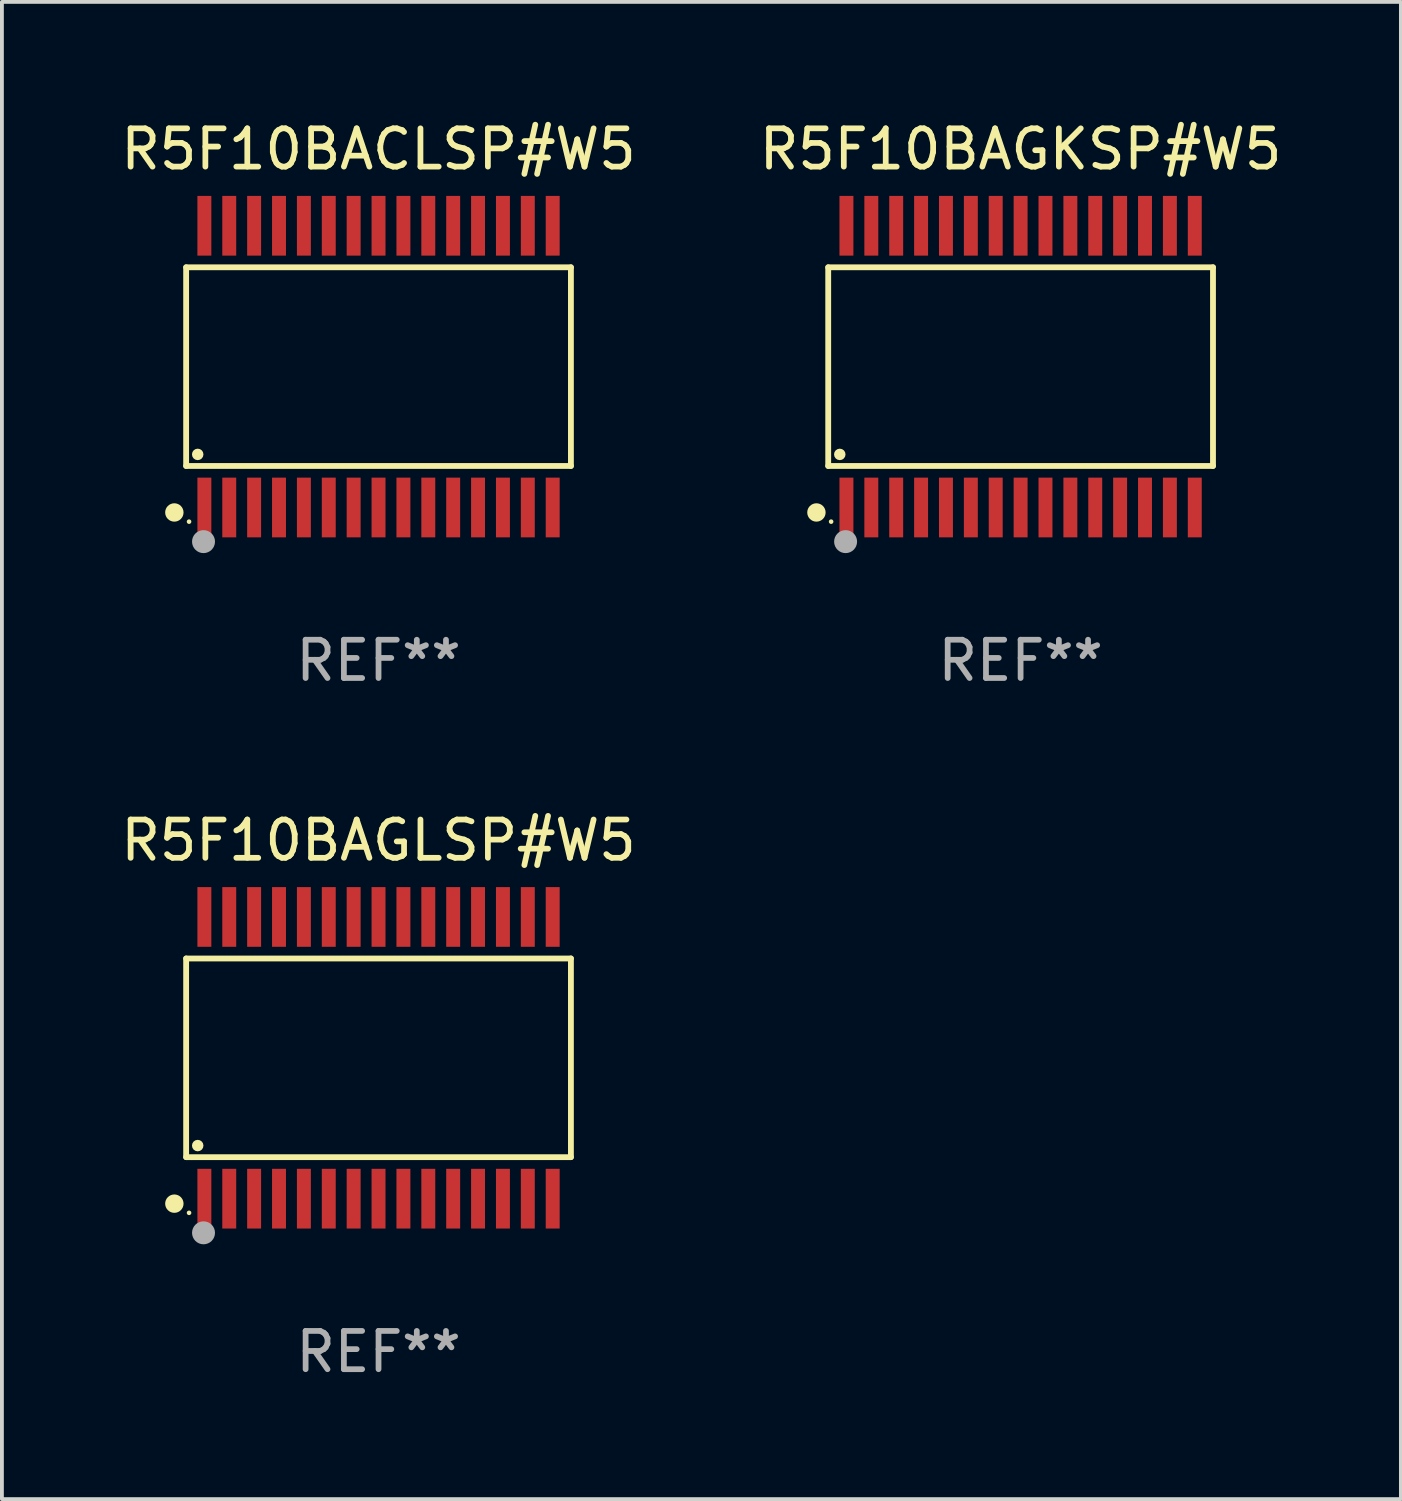
<source format=kicad_pcb>
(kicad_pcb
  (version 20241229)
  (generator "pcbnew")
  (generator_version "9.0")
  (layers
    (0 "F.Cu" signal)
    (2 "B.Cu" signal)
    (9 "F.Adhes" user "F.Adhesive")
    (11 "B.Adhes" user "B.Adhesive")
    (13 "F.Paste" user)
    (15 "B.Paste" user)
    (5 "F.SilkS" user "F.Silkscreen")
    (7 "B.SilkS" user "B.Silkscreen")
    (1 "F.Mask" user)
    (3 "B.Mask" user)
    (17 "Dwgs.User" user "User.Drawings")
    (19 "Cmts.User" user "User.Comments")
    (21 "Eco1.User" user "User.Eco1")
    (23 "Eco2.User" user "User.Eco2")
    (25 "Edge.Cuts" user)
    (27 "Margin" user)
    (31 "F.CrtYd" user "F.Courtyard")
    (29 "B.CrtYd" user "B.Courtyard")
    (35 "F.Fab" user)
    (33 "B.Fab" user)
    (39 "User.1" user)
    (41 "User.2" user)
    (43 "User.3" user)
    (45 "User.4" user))
  (footprint "R5F10BAGKSP#W5"
    (layer "F.Cu")
    (at 23.613 6.528)
    (property "Reference" "R5F10BAGKSP#W5" (at 0 -5.68 0) (layer "F.SilkS") (effects (font (size 1 1) (thickness 0.15))))
    (attr through_hole)
    (fp_line (start -5.026 -2.595) (end 5.026 -2.595) (stroke (width 0.152) (type solid)) (layer "F.SilkS"))
    (fp_line (start -5.026 2.595) (end -5.026 -2.595) (stroke (width 0.152) (type solid)) (layer "F.SilkS"))
    (fp_line (start 5.026 -2.595) (end 5.026 2.595) (stroke (width 0.152) (type solid)) (layer "F.SilkS"))
    (fp_line (start 5.026 2.595) (end -5.026 2.595) (stroke (width 0.152) (type solid)) (layer "F.SilkS"))
    (fp_circle (center -5.334 3.81) (end -5.214 3.81) (stroke (width 0.24) (type solid)) (fill no) (layer "F.SilkS"))
    (fp_circle (center -4.95 4.05) (end -4.92 4.05) (stroke (width 0.06) (type solid)) (fill no) (layer "F.SilkS"))
    (fp_circle (center -4.724 2.293) (end -4.649 2.293) (stroke (width 0.15) (type solid)) (fill no) (layer "F.SilkS"))
    (fp_circle (center -4.572 4.572) (end -4.422 4.572) (stroke (width 0.3) (type solid)) (fill no) (layer "F.Fab"))
    (fp_text user "REF**" (at 0 7.68 0) (layer "F.Fab") (effects (font (size 1 1) (thickness 0.15))))
    (pad "1" smd rect (at -4.55 3.68) (size 0.364 1.56) (layers "F.Cu" "F.Mask" "F.Paste"))
    (pad "2" smd rect (at -3.9 3.68) (size 0.364 1.56) (layers "F.Cu" "F.Mask" "F.Paste"))
    (pad "3" smd rect (at -3.25 3.68) (size 0.364 1.56) (layers "F.Cu" "F.Mask" "F.Paste"))
    (pad "4" smd rect (at -2.6 3.68) (size 0.364 1.56) (layers "F.Cu" "F.Mask" "F.Paste"))
    (pad "5" smd rect (at -1.95 3.68) (size 0.364 1.56) (layers "F.Cu" "F.Mask" "F.Paste"))
    (pad "6" smd rect (at -1.3 3.68) (size 0.364 1.56) (layers "F.Cu" "F.Mask" "F.Paste"))
    (pad "7" smd rect (at -0.65 3.68) (size 0.364 1.56) (layers "F.Cu" "F.Mask" "F.Paste"))
    (pad "8" smd rect (at -0.000013 3.68) (size 0.364 1.56) (layers "F.Cu" "F.Mask" "F.Paste"))
    (pad "9" smd rect (at 0.65 3.68) (size 0.364 1.56) (layers "F.Cu" "F.Mask" "F.Paste"))
    (pad "10" smd rect (at 1.3 3.68) (size 0.364 1.56) (layers "F.Cu" "F.Mask" "F.Paste"))
    (pad "11" smd rect (at 1.95 3.68) (size 0.364 1.56) (layers "F.Cu" "F.Mask" "F.Paste"))
    (pad "12" smd rect (at 2.6 3.68) (size 0.364 1.56) (layers "F.Cu" "F.Mask" "F.Paste"))
    (pad "13" smd rect (at 3.25 3.68) (size 0.364 1.56) (layers "F.Cu" "F.Mask" "F.Paste"))
    (pad "14" smd rect (at 3.9 3.68) (size 0.364 1.56) (layers "F.Cu" "F.Mask" "F.Paste"))
    (pad "15" smd rect (at 4.55 3.68) (size 0.364 1.56) (layers "F.Cu" "F.Mask" "F.Paste"))
    (pad "16" smd rect (at 4.55 -3.68) (size 0.364 1.56) (layers "F.Cu" "F.Mask" "F.Paste"))
    (pad "17" smd rect (at 3.9 -3.68) (size 0.364 1.56) (layers "F.Cu" "F.Mask" "F.Paste"))
    (pad "18" smd rect (at 3.25 -3.68) (size 0.364 1.56) (layers "F.Cu" "F.Mask" "F.Paste"))
    (pad "19" smd rect (at 2.6 -3.68) (size 0.364 1.56) (layers "F.Cu" "F.Mask" "F.Paste"))
    (pad "20" smd rect (at 1.95 -3.68) (size 0.364 1.56) (layers "F.Cu" "F.Mask" "F.Paste"))
    (pad "21" smd rect (at 1.3 -3.68) (size 0.364 1.56) (layers "F.Cu" "F.Mask" "F.Paste"))
    (pad "22" smd rect (at 0.65 -3.68) (size 0.364 1.56) (layers "F.Cu" "F.Mask" "F.Paste"))
    (pad "23" smd rect (at -0.000013 -3.68) (size 0.364 1.56) (layers "F.Cu" "F.Mask" "F.Paste"))
    (pad "24" smd rect (at -0.65 -3.68) (size 0.364 1.56) (layers "F.Cu" "F.Mask" "F.Paste"))
    (pad "25" smd rect (at -1.3 -3.68) (size 0.364 1.56) (layers "F.Cu" "F.Mask" "F.Paste"))
    (pad "26" smd rect (at -1.95 -3.68) (size 0.364 1.56) (layers "F.Cu" "F.Mask" "F.Paste"))
    (pad "27" smd rect (at -2.6 -3.68) (size 0.364 1.56) (layers "F.Cu" "F.Mask" "F.Paste"))
    (pad "28" smd rect (at -3.25 -3.68) (size 0.364 1.56) (layers "F.Cu" "F.Mask" "F.Paste"))
    (pad "29" smd rect (at -3.9 -3.68) (size 0.364 1.56) (layers "F.Cu" "F.Mask" "F.Paste"))
    (pad "30" smd rect (at -4.55 -3.68) (size 0.364 1.56) (layers "F.Cu" "F.Mask" "F.Paste")))
  (footprint "R5F10BAGLSP#W5"
    (layer "F.Cu")
    (at 6.839 24.585)
    (property "Reference" "R5F10BAGLSP#W5" (at 0 -5.68 0) (layer "F.SilkS") (effects (font (size 1 1) (thickness 0.15))))
    (attr through_hole)
    (fp_line (start -5.026 -2.595) (end 5.026 -2.595) (stroke (width 0.152) (type solid)) (layer "F.SilkS"))
    (fp_line (start -5.026 2.595) (end -5.026 -2.595) (stroke (width 0.152) (type solid)) (layer "F.SilkS"))
    (fp_line (start 5.026 -2.595) (end 5.026 2.595) (stroke (width 0.152) (type solid)) (layer "F.SilkS"))
    (fp_line (start 5.026 2.595) (end -5.026 2.595) (stroke (width 0.152) (type solid)) (layer "F.SilkS"))
    (fp_circle (center -5.334 3.81) (end -5.214 3.81) (stroke (width 0.24) (type solid)) (fill no) (layer "F.SilkS"))
    (fp_circle (center -4.95 4.05) (end -4.92 4.05) (stroke (width 0.06) (type solid)) (fill no) (layer "F.SilkS"))
    (fp_circle (center -4.724 2.293) (end -4.649 2.293) (stroke (width 0.15) (type solid)) (fill no) (layer "F.SilkS"))
    (fp_circle (center -4.572 4.572) (end -4.422 4.572) (stroke (width 0.3) (type solid)) (fill no) (layer "F.Fab"))
    (fp_text user "REF**" (at 0 7.68 0) (layer "F.Fab") (effects (font (size 1 1) (thickness 0.15))))
    (pad "1" smd rect (at -4.55 3.68) (size 0.364 1.56) (layers "F.Cu" "F.Mask" "F.Paste"))
    (pad "2" smd rect (at -3.9 3.68) (size 0.364 1.56) (layers "F.Cu" "F.Mask" "F.Paste"))
    (pad "3" smd rect (at -3.25 3.68) (size 0.364 1.56) (layers "F.Cu" "F.Mask" "F.Paste"))
    (pad "4" smd rect (at -2.6 3.68) (size 0.364 1.56) (layers "F.Cu" "F.Mask" "F.Paste"))
    (pad "5" smd rect (at -1.95 3.68) (size 0.364 1.56) (layers "F.Cu" "F.Mask" "F.Paste"))
    (pad "6" smd rect (at -1.3 3.68) (size 0.364 1.56) (layers "F.Cu" "F.Mask" "F.Paste"))
    (pad "7" smd rect (at -0.65 3.68) (size 0.364 1.56) (layers "F.Cu" "F.Mask" "F.Paste"))
    (pad "8" smd rect (at -0.000013 3.68) (size 0.364 1.56) (layers "F.Cu" "F.Mask" "F.Paste"))
    (pad "9" smd rect (at 0.65 3.68) (size 0.364 1.56) (layers "F.Cu" "F.Mask" "F.Paste"))
    (pad "10" smd rect (at 1.3 3.68) (size 0.364 1.56) (layers "F.Cu" "F.Mask" "F.Paste"))
    (pad "11" smd rect (at 1.95 3.68) (size 0.364 1.56) (layers "F.Cu" "F.Mask" "F.Paste"))
    (pad "12" smd rect (at 2.6 3.68) (size 0.364 1.56) (layers "F.Cu" "F.Mask" "F.Paste"))
    (pad "13" smd rect (at 3.25 3.68) (size 0.364 1.56) (layers "F.Cu" "F.Mask" "F.Paste"))
    (pad "14" smd rect (at 3.9 3.68) (size 0.364 1.56) (layers "F.Cu" "F.Mask" "F.Paste"))
    (pad "15" smd rect (at 4.55 3.68) (size 0.364 1.56) (layers "F.Cu" "F.Mask" "F.Paste"))
    (pad "16" smd rect (at 4.55 -3.68) (size 0.364 1.56) (layers "F.Cu" "F.Mask" "F.Paste"))
    (pad "17" smd rect (at 3.9 -3.68) (size 0.364 1.56) (layers "F.Cu" "F.Mask" "F.Paste"))
    (pad "18" smd rect (at 3.25 -3.68) (size 0.364 1.56) (layers "F.Cu" "F.Mask" "F.Paste"))
    (pad "19" smd rect (at 2.6 -3.68) (size 0.364 1.56) (layers "F.Cu" "F.Mask" "F.Paste"))
    (pad "20" smd rect (at 1.95 -3.68) (size 0.364 1.56) (layers "F.Cu" "F.Mask" "F.Paste"))
    (pad "21" smd rect (at 1.3 -3.68) (size 0.364 1.56) (layers "F.Cu" "F.Mask" "F.Paste"))
    (pad "22" smd rect (at 0.65 -3.68) (size 0.364 1.56) (layers "F.Cu" "F.Mask" "F.Paste"))
    (pad "23" smd rect (at -0.000013 -3.68) (size 0.364 1.56) (layers "F.Cu" "F.Mask" "F.Paste"))
    (pad "24" smd rect (at -0.65 -3.68) (size 0.364 1.56) (layers "F.Cu" "F.Mask" "F.Paste"))
    (pad "25" smd rect (at -1.3 -3.68) (size 0.364 1.56) (layers "F.Cu" "F.Mask" "F.Paste"))
    (pad "26" smd rect (at -1.95 -3.68) (size 0.364 1.56) (layers "F.Cu" "F.Mask" "F.Paste"))
    (pad "27" smd rect (at -2.6 -3.68) (size 0.364 1.56) (layers "F.Cu" "F.Mask" "F.Paste"))
    (pad "28" smd rect (at -3.25 -3.68) (size 0.364 1.56) (layers "F.Cu" "F.Mask" "F.Paste"))
    (pad "29" smd rect (at -3.9 -3.68) (size 0.364 1.56) (layers "F.Cu" "F.Mask" "F.Paste"))
    (pad "30" smd rect (at -4.55 -3.68) (size 0.364 1.56) (layers "F.Cu" "F.Mask" "F.Paste")))
  (footprint "R5F10BACLSP#W5"
    (layer "F.Cu")
    (at 6.839 6.528)
    (property "Reference" "R5F10BACLSP#W5" (at 0 -5.68 0) (layer "F.SilkS") (effects (font (size 1 1) (thickness 0.15))))
    (attr through_hole)
    (fp_line (start -5.026 -2.595) (end 5.026 -2.595) (stroke (width 0.152) (type solid)) (layer "F.SilkS"))
    (fp_line (start -5.026 2.595) (end -5.026 -2.595) (stroke (width 0.152) (type solid)) (layer "F.SilkS"))
    (fp_line (start 5.026 -2.595) (end 5.026 2.595) (stroke (width 0.152) (type solid)) (layer "F.SilkS"))
    (fp_line (start 5.026 2.595) (end -5.026 2.595) (stroke (width 0.152) (type solid)) (layer "F.SilkS"))
    (fp_circle (center -5.334 3.81) (end -5.214 3.81) (stroke (width 0.24) (type solid)) (fill no) (layer "F.SilkS"))
    (fp_circle (center -4.95 4.05) (end -4.92 4.05) (stroke (width 0.06) (type solid)) (fill no) (layer "F.SilkS"))
    (fp_circle (center -4.724 2.293) (end -4.649 2.293) (stroke (width 0.15) (type solid)) (fill no) (layer "F.SilkS"))
    (fp_circle (center -4.572 4.572) (end -4.422 4.572) (stroke (width 0.3) (type solid)) (fill no) (layer "F.Fab"))
    (fp_text user "REF**" (at 0 7.68 0) (layer "F.Fab") (effects (font (size 1 1) (thickness 0.15))))
    (pad "1" smd rect (at -4.55 3.68) (size 0.364 1.56) (layers "F.Cu" "F.Mask" "F.Paste"))
    (pad "2" smd rect (at -3.9 3.68) (size 0.364 1.56) (layers "F.Cu" "F.Mask" "F.Paste"))
    (pad "3" smd rect (at -3.25 3.68) (size 0.364 1.56) (layers "F.Cu" "F.Mask" "F.Paste"))
    (pad "4" smd rect (at -2.6 3.68) (size 0.364 1.56) (layers "F.Cu" "F.Mask" "F.Paste"))
    (pad "5" smd rect (at -1.95 3.68) (size 0.364 1.56) (layers "F.Cu" "F.Mask" "F.Paste"))
    (pad "6" smd rect (at -1.3 3.68) (size 0.364 1.56) (layers "F.Cu" "F.Mask" "F.Paste"))
    (pad "7" smd rect (at -0.65 3.68) (size 0.364 1.56) (layers "F.Cu" "F.Mask" "F.Paste"))
    (pad "8" smd rect (at -0.000013 3.68) (size 0.364 1.56) (layers "F.Cu" "F.Mask" "F.Paste"))
    (pad "9" smd rect (at 0.65 3.68) (size 0.364 1.56) (layers "F.Cu" "F.Mask" "F.Paste"))
    (pad "10" smd rect (at 1.3 3.68) (size 0.364 1.56) (layers "F.Cu" "F.Mask" "F.Paste"))
    (pad "11" smd rect (at 1.95 3.68) (size 0.364 1.56) (layers "F.Cu" "F.Mask" "F.Paste"))
    (pad "12" smd rect (at 2.6 3.68) (size 0.364 1.56) (layers "F.Cu" "F.Mask" "F.Paste"))
    (pad "13" smd rect (at 3.25 3.68) (size 0.364 1.56) (layers "F.Cu" "F.Mask" "F.Paste"))
    (pad "14" smd rect (at 3.9 3.68) (size 0.364 1.56) (layers "F.Cu" "F.Mask" "F.Paste"))
    (pad "15" smd rect (at 4.55 3.68) (size 0.364 1.56) (layers "F.Cu" "F.Mask" "F.Paste"))
    (pad "16" smd rect (at 4.55 -3.68) (size 0.364 1.56) (layers "F.Cu" "F.Mask" "F.Paste"))
    (pad "17" smd rect (at 3.9 -3.68) (size 0.364 1.56) (layers "F.Cu" "F.Mask" "F.Paste"))
    (pad "18" smd rect (at 3.25 -3.68) (size 0.364 1.56) (layers "F.Cu" "F.Mask" "F.Paste"))
    (pad "19" smd rect (at 2.6 -3.68) (size 0.364 1.56) (layers "F.Cu" "F.Mask" "F.Paste"))
    (pad "20" smd rect (at 1.95 -3.68) (size 0.364 1.56) (layers "F.Cu" "F.Mask" "F.Paste"))
    (pad "21" smd rect (at 1.3 -3.68) (size 0.364 1.56) (layers "F.Cu" "F.Mask" "F.Paste"))
    (pad "22" smd rect (at 0.65 -3.68) (size 0.364 1.56) (layers "F.Cu" "F.Mask" "F.Paste"))
    (pad "23" smd rect (at -0.000013 -3.68) (size 0.364 1.56) (layers "F.Cu" "F.Mask" "F.Paste"))
    (pad "24" smd rect (at -0.65 -3.68) (size 0.364 1.56) (layers "F.Cu" "F.Mask" "F.Paste"))
    (pad "25" smd rect (at -1.3 -3.68) (size 0.364 1.56) (layers "F.Cu" "F.Mask" "F.Paste"))
    (pad "26" smd rect (at -1.95 -3.68) (size 0.364 1.56) (layers "F.Cu" "F.Mask" "F.Paste"))
    (pad "27" smd rect (at -2.6 -3.68) (size 0.364 1.56) (layers "F.Cu" "F.Mask" "F.Paste"))
    (pad "28" smd rect (at -3.25 -3.68) (size 0.364 1.56) (layers "F.Cu" "F.Mask" "F.Paste"))
    (pad "29" smd rect (at -3.9 -3.68) (size 0.364 1.56) (layers "F.Cu" "F.Mask" "F.Paste"))
    (pad "30" smd rect (at -4.55 -3.68) (size 0.364 1.56) (layers "F.Cu" "F.Mask" "F.Paste")))
  (gr_rect
    (start -3 -3)
    (end 33.548 36.113)
    (stroke (width 0.1) (type default))
    (fill no)
    (layer "Edge.Cuts")))
</source>
